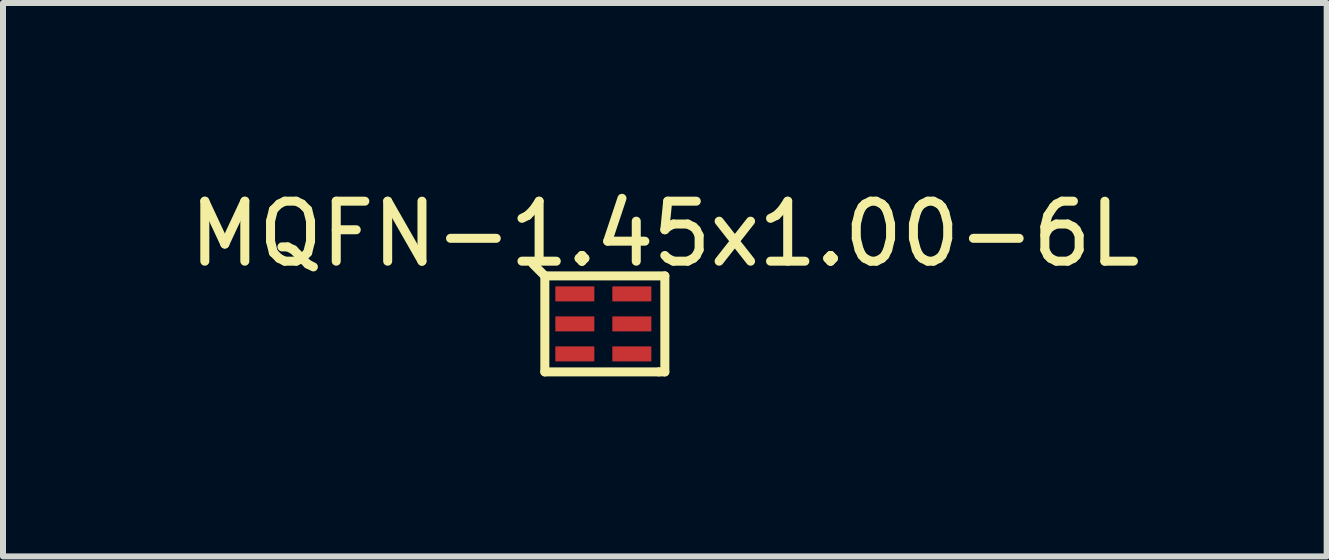
<source format=kicad_pcb>
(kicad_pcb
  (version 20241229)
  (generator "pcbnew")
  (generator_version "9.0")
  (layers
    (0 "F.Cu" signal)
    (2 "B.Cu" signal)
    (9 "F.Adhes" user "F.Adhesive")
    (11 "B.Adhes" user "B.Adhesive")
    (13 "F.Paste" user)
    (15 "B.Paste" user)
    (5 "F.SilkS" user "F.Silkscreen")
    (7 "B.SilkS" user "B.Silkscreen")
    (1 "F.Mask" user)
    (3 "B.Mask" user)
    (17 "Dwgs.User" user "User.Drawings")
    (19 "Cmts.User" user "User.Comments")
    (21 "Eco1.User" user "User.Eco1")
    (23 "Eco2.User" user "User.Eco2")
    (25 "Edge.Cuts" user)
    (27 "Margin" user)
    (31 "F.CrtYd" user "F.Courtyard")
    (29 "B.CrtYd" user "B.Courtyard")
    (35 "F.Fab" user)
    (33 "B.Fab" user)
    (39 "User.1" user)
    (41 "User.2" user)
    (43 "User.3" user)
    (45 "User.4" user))
  (footprint "MQFN-1.45x1.00-6L"
    (layer "F.Cu")
    (at 6.53 1.848)
    (property "Reference" "MQFN-1.45x1.00-6L" (at 1.5 -1 0) (layer "F.SilkS") (effects (font (size 1 1) (thickness 0.15))))
    (attr through_hole)
    (fp_line (start -0.5 -0.3) (end -0.7 -0.5) (stroke (width 0.15) (type solid)) (layer "F.SilkS"))
    (fp_line (start -0.5 -0.3) (end -0.5 1.3) (stroke (width 0.15) (type solid)) (layer "F.SilkS"))
    (fp_line (start -0.5 1.3) (end 1.4 1.3) (stroke (width 0.15) (type solid)) (layer "F.SilkS"))
    (fp_line (start 1.4 1.3) (end 1.5 1.3) (stroke (width 0.15) (type solid)) (layer "F.SilkS"))
    (fp_line (start 1.5 -0.3) (end -0.5 -0.3) (stroke (width 0.15) (type solid)) (layer "F.SilkS"))
    (fp_line (start 1.5 1.3) (end 1.5 -0.3) (stroke (width 0.15) (type solid)) (layer "F.SilkS"))
    (pad "1" smd rect (at 0 0) (size 0.65 0.25) (layers "F.Cu" "F.Mask" "F.Paste"))
    (pad "2" smd rect (at 0 0.5) (size 0.65 0.25) (layers "F.Cu" "F.Mask" "F.Paste"))
    (pad "3" smd rect (at 0 1) (size 0.65 0.25) (layers "F.Cu" "F.Mask" "F.Paste"))
    (pad "4" smd rect (at 0.95 1) (size 0.65 0.25) (layers "F.Cu" "F.Mask" "F.Paste"))
    (pad "5" smd rect (at 0.95 0.5) (size 0.65 0.25) (layers "F.Cu" "F.Mask" "F.Paste"))
    (pad "6" smd rect (at 0.95 0) (size 0.65 0.25) (layers "F.Cu" "F.Mask" "F.Paste")))
  (gr_rect
    (start -3 -3)
    (end 19.06 6.223)
    (stroke (width 0.1) (type default))
    (fill no)
    (layer "Edge.Cuts")))
</source>
